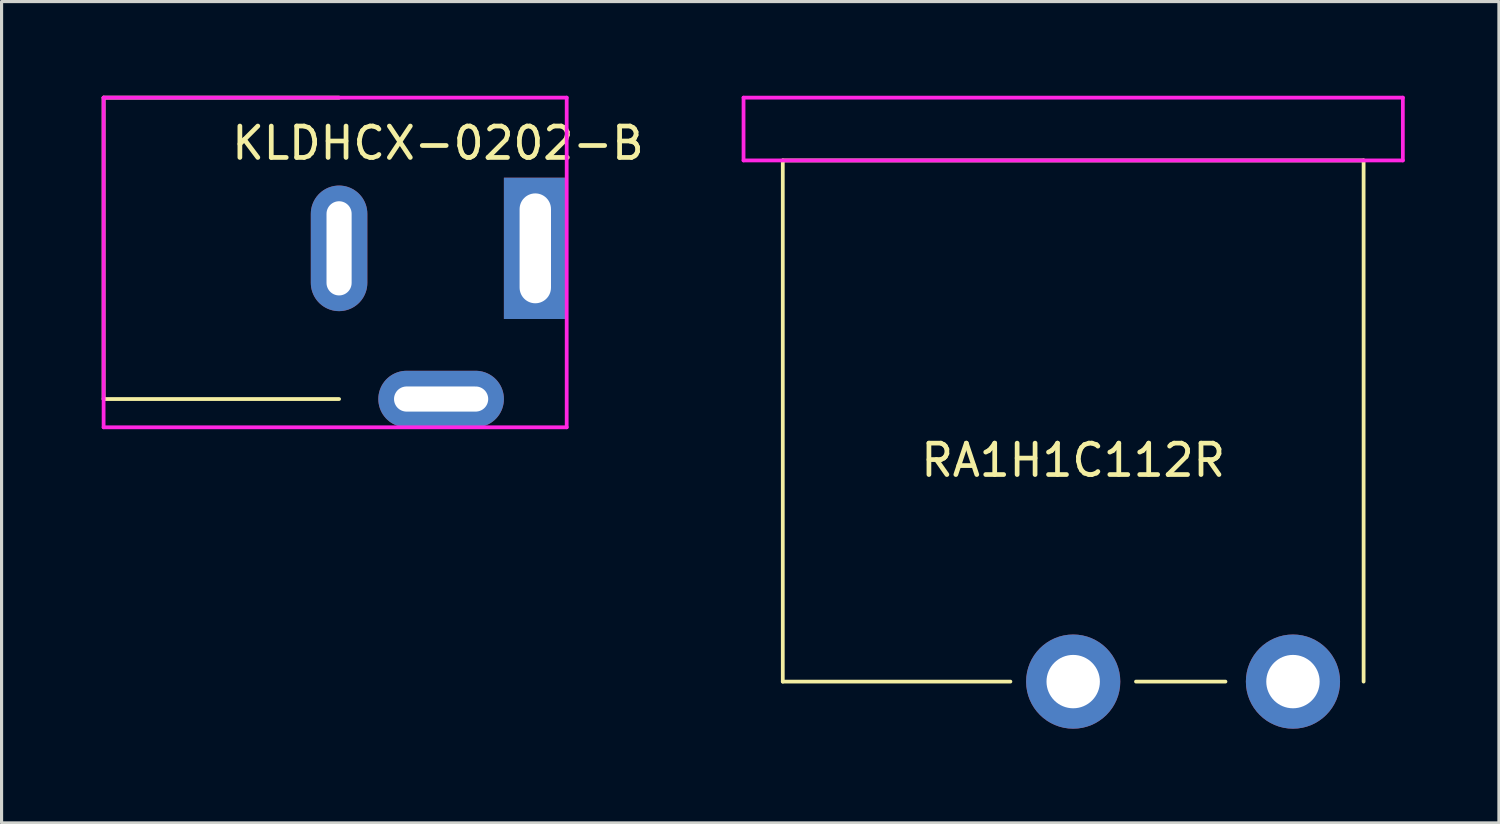
<source format=kicad_pcb>
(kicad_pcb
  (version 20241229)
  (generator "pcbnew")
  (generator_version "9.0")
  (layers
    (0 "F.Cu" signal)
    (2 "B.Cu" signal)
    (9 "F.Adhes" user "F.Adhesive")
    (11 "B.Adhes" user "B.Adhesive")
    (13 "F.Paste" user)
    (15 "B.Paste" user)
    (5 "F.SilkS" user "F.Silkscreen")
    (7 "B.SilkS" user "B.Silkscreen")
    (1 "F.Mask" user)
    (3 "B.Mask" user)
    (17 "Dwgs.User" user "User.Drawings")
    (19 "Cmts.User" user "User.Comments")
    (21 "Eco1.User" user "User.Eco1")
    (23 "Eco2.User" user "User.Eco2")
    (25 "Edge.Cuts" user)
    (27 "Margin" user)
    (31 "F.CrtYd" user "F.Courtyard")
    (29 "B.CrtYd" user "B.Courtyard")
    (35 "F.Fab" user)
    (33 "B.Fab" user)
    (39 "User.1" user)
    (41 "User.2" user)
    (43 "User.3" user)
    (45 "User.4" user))
  (footprint "RA1H1C112R"
    (layer "F.Cu")
    (at 31.133 2.06)
    (property "Reference" "RA1H1C112R" (at 0 9.55 0) (layer "F.SilkS") (effects (font (size 1 1) (thickness 0.15))))
    (attr through_hole)
    (fp_line (start -9.25 0) (end -9.25 16.6) (stroke (width 0.12) (type solid)) (layer "F.SilkS"))
    (fp_line (start -9.25 0) (end 9.25 0) (stroke (width 0.12) (type solid)) (layer "F.SilkS"))
    (fp_line (start -9.25 16.6) (end -2 16.6) (stroke (width 0.12) (type solid)) (layer "F.SilkS"))
    (fp_line (start 2 16.6) (end 4.85 16.6) (stroke (width 0.12) (type solid)) (layer "F.SilkS"))
    (fp_line (start 9.25 16.6) (end 9.25 0) (stroke (width 0.12) (type solid)) (layer "F.SilkS"))
    (fp_line (start -10.5 -2) (end -10.5 0) (stroke (width 0.12) (type solid)) (layer "F.CrtYd"))
    (fp_line (start -10.5 0) (end 10.5 0) (stroke (width 0.12) (type solid)) (layer "F.CrtYd"))
    (fp_line (start 10.5 -2) (end -10.5 -2) (stroke (width 0.12) (type solid)) (layer "F.CrtYd"))
    (fp_line (start 10.5 0) (end 10.5 -2) (stroke (width 0.12) (type solid)) (layer "F.CrtYd"))
    (pad "1" thru_hole circle (at 7 16.6) (size 3 3) (drill 1.7) (layers "*.Cu" "*.Mask"))
    (pad "2" thru_hole circle (at 0 16.6) (size 3 3) (drill 1.7) (layers "*.Cu" "*.Mask")))
  (footprint "KLDHCX-0202-B"
    (layer "F.Cu")
    (at 0.25 9.66)
    (property "Reference" "KLDHCX-0202-B" (at 10.65 -8.15 0) (layer "F.SilkS") (effects (font (size 1 1) (thickness 0.15))))
    (attr through_hole)
    (fp_line (start 0 -9.6) (end 7.5 -9.6) (stroke (width 0.12) (type solid)) (layer "F.SilkS"))
    (fp_line (start 0 0) (end 0 -9.6) (stroke (width 0.12) (type solid)) (layer "F.SilkS"))
    (fp_line (start 0 0) (end 7.5 0) (stroke (width 0.12) (type solid)) (layer "F.SilkS"))
    (fp_line (start 0 -9.6) (end 14.75 -9.6) (stroke (width 0.12) (type solid)) (layer "F.CrtYd"))
    (fp_line (start 0 0.9) (end 0 -9.6) (stroke (width 0.12) (type solid)) (layer "F.CrtYd"))
    (fp_line (start 14.75 -9.6) (end 14.75 0.9) (stroke (width 0.12) (type solid)) (layer "F.CrtYd"))
    (fp_line (start 14.75 0.9) (end 0 0.9) (stroke (width 0.12) (type solid)) (layer "F.CrtYd"))
    (pad "1" thru_hole rect (at 13.75 -4.8) (size 2 4.5) (drill oval 1 3.5) (layers "*.Cu" "*.Mask"))
    (pad "2" thru_hole oval (at 7.5 -4.8) (size 1.8 4) (drill oval 0.8 3) (layers "*.Cu" "*.Mask"))
    (pad "2" thru_hole oval (at 10.75 0) (size 4 1.8) (drill oval 3 0.8) (layers "*.Cu" "*.Mask")))
  (gr_rect
    (start -3 -3)
    (end 44.693 23.16)
    (stroke (width 0.1) (type default))
    (fill no)
    (layer "Edge.Cuts")))
</source>
